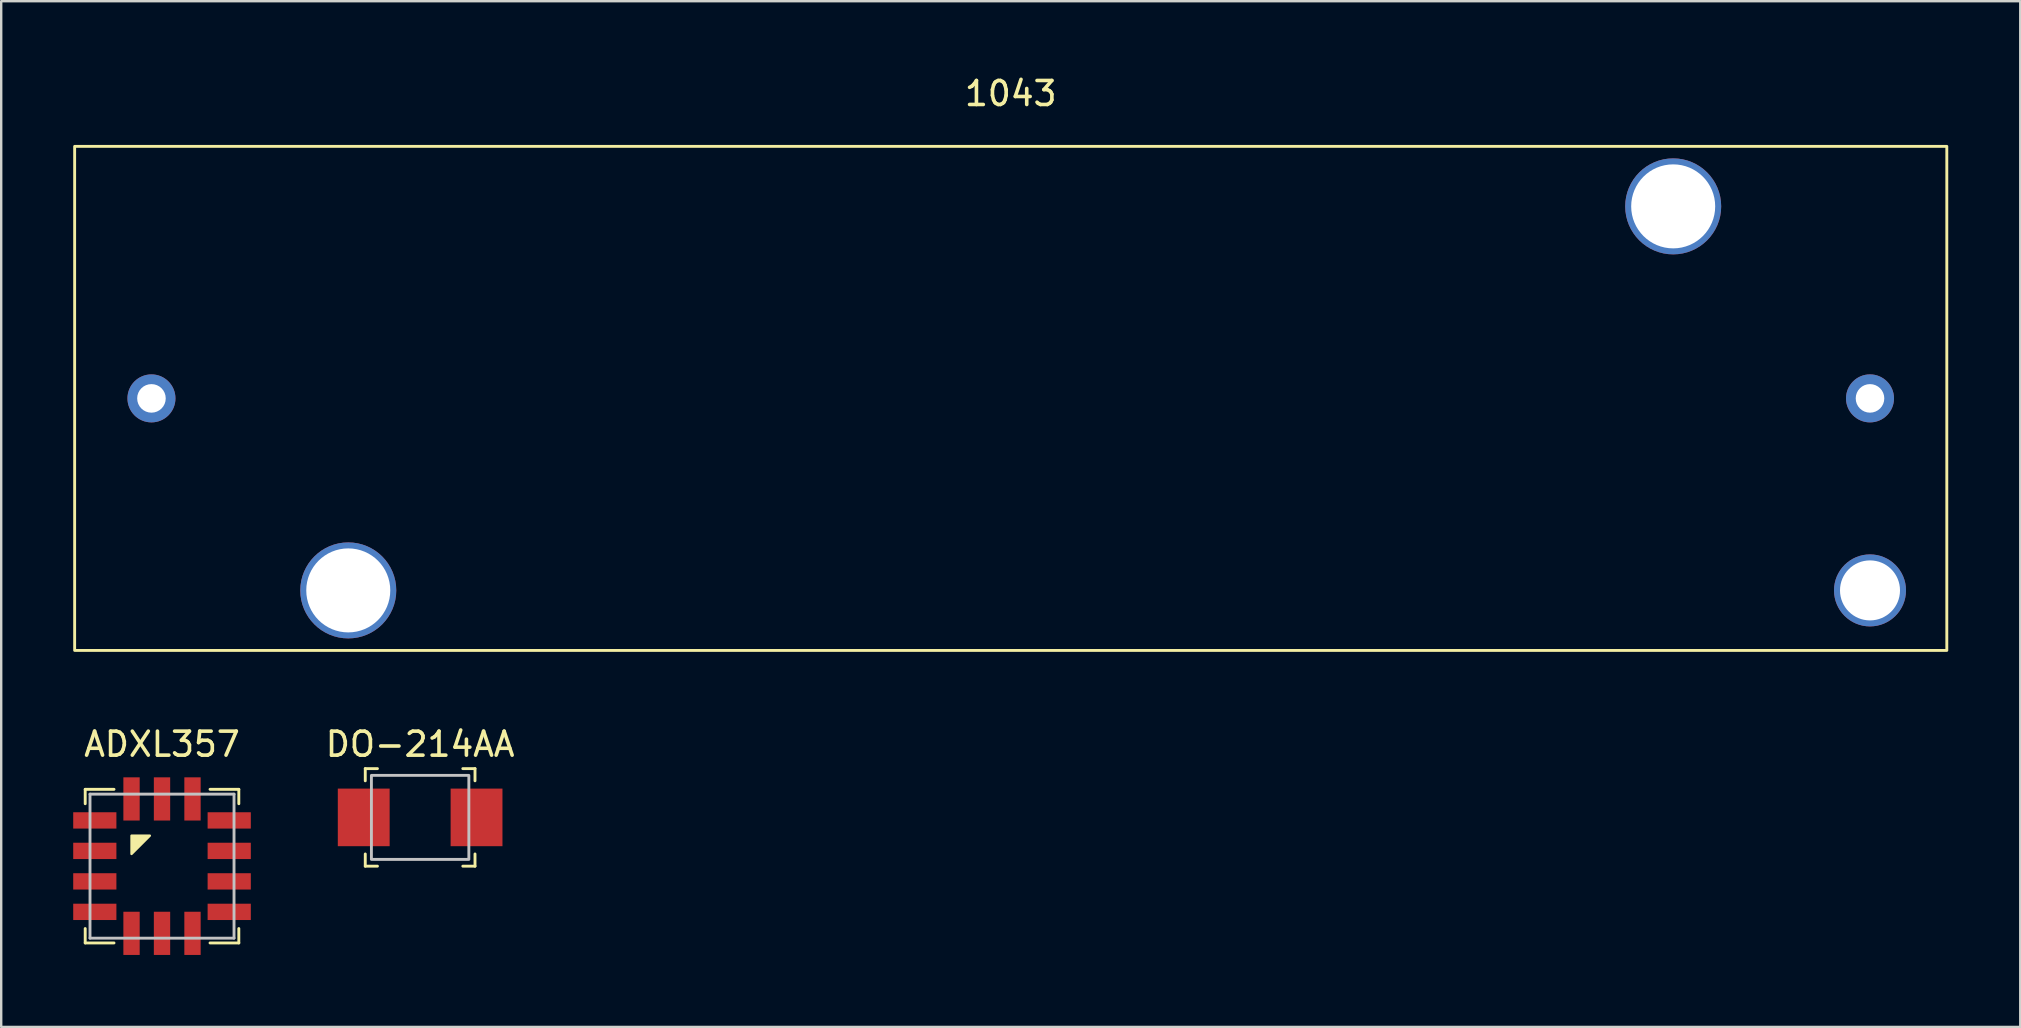
<source format=kicad_pcb>
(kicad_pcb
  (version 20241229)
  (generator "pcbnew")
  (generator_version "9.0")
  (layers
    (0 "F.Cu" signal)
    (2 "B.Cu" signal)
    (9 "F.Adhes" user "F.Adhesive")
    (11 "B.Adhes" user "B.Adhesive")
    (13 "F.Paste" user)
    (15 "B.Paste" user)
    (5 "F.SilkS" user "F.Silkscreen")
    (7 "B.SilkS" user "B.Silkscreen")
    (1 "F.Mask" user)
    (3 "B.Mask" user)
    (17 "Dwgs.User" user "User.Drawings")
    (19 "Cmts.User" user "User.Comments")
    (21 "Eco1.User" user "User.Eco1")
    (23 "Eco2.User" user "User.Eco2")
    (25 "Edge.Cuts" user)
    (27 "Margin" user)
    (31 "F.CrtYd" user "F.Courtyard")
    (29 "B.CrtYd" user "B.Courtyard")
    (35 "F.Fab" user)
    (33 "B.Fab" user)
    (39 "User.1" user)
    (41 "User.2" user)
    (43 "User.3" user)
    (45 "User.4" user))
  (footprint "DO-214AA"
    (layer "F.Cu")
    (at 14.454 31.005)
    (property "Reference" "DO-214AA" (at 0 -3.048 0) (unlocked yes) (layer "F.SilkS") (effects (font (size 1 1) (thickness 0.15))))
    (attr smd)
    (fp_line (start -2.286 -2.032) (end -1.778 -2.032) (stroke (width 0.12) (type solid)) (layer "F.SilkS"))
    (fp_line (start -2.286 -1.524) (end -2.286 -2.032) (stroke (width 0.12) (type solid)) (layer "F.SilkS"))
    (fp_line (start -2.286 1.524) (end -2.286 2.032) (stroke (width 0.12) (type solid)) (layer "F.SilkS"))
    (fp_line (start -2.286 2.032) (end -1.778 2.032) (stroke (width 0.12) (type solid)) (layer "F.SilkS"))
    (fp_line (start 1.778 -2.032) (end 2.286 -2.032) (stroke (width 0.12) (type solid)) (layer "F.SilkS"))
    (fp_line (start 2.286 -2.032) (end 2.286 -1.524) (stroke (width 0.12) (type solid)) (layer "F.SilkS"))
    (fp_line (start 2.286 1.524) (end 2.286 2.032) (stroke (width 0.12) (type solid)) (layer "F.SilkS"))
    (fp_line (start 2.286 2.032) (end 1.778 2.032) (stroke (width 0.12) (type solid)) (layer "F.SilkS"))
    (fp_rect (start -2.03 -1.75) (end 2.03 1.75) (stroke (width 0.12) (type solid)) (fill no) (layer "Dwgs.User"))
    (pad "1" smd rect (at -2.35 0) (size 2.16 2.4) (layers "F.Cu" "F.Mask" "F.Paste"))
    (pad "2" smd rect (at 2.35 0) (size 2.16 2.4) (layers "F.Cu" "F.Mask" "F.Paste")))
  (footprint "ADXL357"
    (layer "F.Cu")
    (at 3.7 33.036)
    (property "Reference" "ADXL357" (at 0 -5.08 0) (layer "F.SilkS") (effects (font (size 1 1) (thickness 0.15))))
    (attr through_hole)
    (fp_line (start -3.2 -3.2) (end -3.2 -2.6) (stroke (width 0.12) (type solid)) (layer "F.SilkS"))
    (fp_line (start -3.2 -3.2) (end -2 -3.2) (stroke (width 0.12) (type solid)) (layer "F.SilkS"))
    (fp_line (start -3.2 2.6) (end -3.2 3.2) (stroke (width 0.12) (type solid)) (layer "F.SilkS"))
    (fp_line (start -3.2 3.2) (end -2 3.2) (stroke (width 0.12) (type solid)) (layer "F.SilkS"))
    (fp_line (start 2 -3.2) (end 3.2 -3.2) (stroke (width 0.12) (type solid)) (layer "F.SilkS"))
    (fp_line (start 3.2 -3.2) (end 3.2 -2.6) (stroke (width 0.12) (type solid)) (layer "F.SilkS"))
    (fp_line (start 3.2 2.6) (end 3.2 3.2) (stroke (width 0.12) (type solid)) (layer "F.SilkS"))
    (fp_line (start 3.2 3.2) (end 2 3.2) (stroke (width 0.12) (type solid)) (layer "F.SilkS"))
    (fp_poly (pts (xy -1.27 -0.508) (xy -1.27 -1.27) (xy -0.508 -1.27)) (stroke (width 0.1) (type solid)) (fill yes) (layer "F.SilkS"))
    (fp_line (start -3 -3) (end 3 -3) (stroke (width 0.12) (type solid)) (layer "Dwgs.User"))
    (fp_line (start -3 3) (end -3 -3) (stroke (width 0.12) (type solid)) (layer "Dwgs.User"))
    (fp_line (start 3 -3) (end 3 3) (stroke (width 0.12) (type solid)) (layer "Dwgs.User"))
    (fp_line (start 3 3) (end -3 3) (stroke (width 0.12) (type solid)) (layer "Dwgs.User"))
    (pad "1" smd rect (at -2.8 -1.905) (size 1.8 0.68) (layers "F.Cu" "F.Mask" "F.Paste"))
    (pad "2" smd rect (at -2.8 -0.635) (size 1.8 0.68) (layers "F.Cu" "F.Mask" "F.Paste"))
    (pad "3" smd rect (at -2.8 0.635) (size 1.8 0.68) (layers "F.Cu" "F.Mask" "F.Paste"))
    (pad "4" smd rect (at -2.8 1.905) (size 1.8 0.68) (layers "F.Cu" "F.Mask" "F.Paste"))
    (pad "5" smd rect (at -1.27 2.8) (size 0.68 1.8) (layers "F.Cu" "F.Mask" "F.Paste"))
    (pad "6" smd rect (at 0 2.8) (size 0.68 1.8) (layers "F.Cu" "F.Mask" "F.Paste"))
    (pad "7" smd rect (at 1.27 2.8) (size 0.68 1.8) (layers "F.Cu" "F.Mask" "F.Paste"))
    (pad "8" smd rect (at 2.8 1.905) (size 1.8 0.68) (layers "F.Cu" "F.Mask" "F.Paste"))
    (pad "9" smd rect (at 2.8 0.635) (size 1.8 0.68) (layers "F.Cu" "F.Mask" "F.Paste"))
    (pad "10" smd rect (at 2.8 -0.635) (size 1.8 0.68) (layers "F.Cu" "F.Mask" "F.Paste"))
    (pad "11" smd rect (at 2.8 -1.905) (size 1.8 0.68) (layers "F.Cu" "F.Mask" "F.Paste"))
    (pad "12" smd rect (at 1.27 -2.8) (size 0.68 1.8) (layers "F.Cu" "F.Mask" "F.Paste"))
    (pad "13" smd rect (at 0 -2.8) (size 0.68 1.8) (layers "F.Cu" "F.Mask" "F.Paste"))
    (pad "14" smd rect (at -1.27 -2.8) (size 0.68 1.8) (layers "F.Cu" "F.Mask" "F.Paste")))
  (footprint "1043"
    (layer "F.Cu")
    (at 39.06 13.548)
    (property "Reference" "1043" (at 0 -12.7 0) (unlocked yes) (layer "F.SilkS") (effects (font (size 1 1) (thickness 0.15))))
    (attr through_hole)
    (fp_rect (start -39 -10.5) (end 39 10.5) (stroke (width 0.12) (type solid)) (fill no) (layer "F.SilkS"))
    (pad "" thru_hole circle (at -27.6 8) (size 4 4) (drill 3.5) (layers "*.Cu" "*.Mask"))
    (pad "" thru_hole circle (at 27.6 -8) (size 4 4) (drill 3.5) (layers "*.Cu" "*.Mask"))
    (pad "" thru_hole circle (at 35.8 8) (size 3 3) (drill 2.5) (layers "*.Cu" "*.Mask"))
    (pad "1" thru_hole circle (at 35.8 0) (size 2 2) (drill 1.19) (layers "*.Cu" "*.Mask"))
    (pad "2" thru_hole circle (at -35.8 0) (size 2 2) (drill 1.19) (layers "*.Cu" "B.Mask")))
  (gr_rect
    (start -3 -3)
    (end 81.12 39.736)
    (stroke (width 0.1) (type default))
    (fill no)
    (layer "Edge.Cuts")))
</source>
